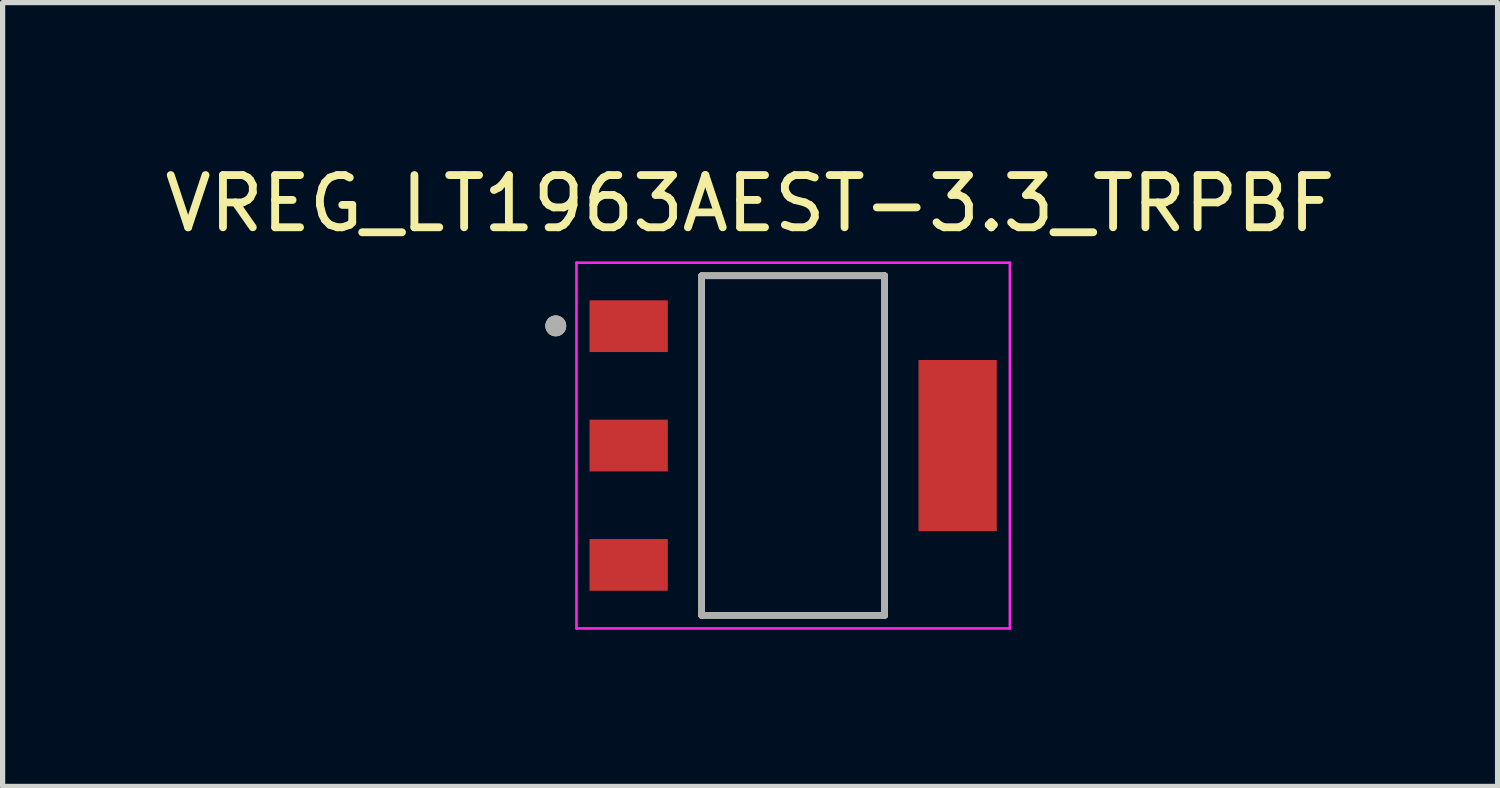
<source format=kicad_pcb>
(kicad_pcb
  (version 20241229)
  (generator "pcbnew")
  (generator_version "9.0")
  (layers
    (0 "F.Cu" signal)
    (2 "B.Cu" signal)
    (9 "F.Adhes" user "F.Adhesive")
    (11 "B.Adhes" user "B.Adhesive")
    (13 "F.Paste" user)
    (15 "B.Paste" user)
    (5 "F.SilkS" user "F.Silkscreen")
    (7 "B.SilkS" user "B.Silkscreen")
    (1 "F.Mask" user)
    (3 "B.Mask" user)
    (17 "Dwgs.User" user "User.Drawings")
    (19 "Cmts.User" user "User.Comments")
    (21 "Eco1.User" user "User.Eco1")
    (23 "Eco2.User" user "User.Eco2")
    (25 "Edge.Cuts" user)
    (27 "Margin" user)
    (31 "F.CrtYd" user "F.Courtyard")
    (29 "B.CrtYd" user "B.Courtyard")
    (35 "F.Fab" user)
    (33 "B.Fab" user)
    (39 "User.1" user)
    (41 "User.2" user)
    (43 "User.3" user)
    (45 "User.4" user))
  (footprint "VREG_LT1963AEST-3.3_TRPBF"
    (layer "F.Cu")
    (at 12.14 5.483)
    (property "Reference" "VREG_LT1963AEST-3.3_TRPBF" (at -0.825 -4.635 0) (layer "F.SilkS") (effects (font (size 1 1) (thickness 0.15))))
    (attr smd)
    (fp_line (start -1.752 -3.252) (end 1.752 -3.252) (stroke (width 0.127) (type solid)) (layer "F.SilkS"))
    (fp_line (start -1.752 3.252) (end -1.752 -3.252) (stroke (width 0.127) (type solid)) (layer "F.SilkS"))
    (fp_line (start 1.752 -3.252) (end 1.752 3.252) (stroke (width 0.127) (type solid)) (layer "F.SilkS"))
    (fp_line (start 1.752 3.252) (end -1.752 3.252) (stroke (width 0.127) (type solid)) (layer "F.SilkS"))
    (fp_circle (center -4.546 -2.292) (end -4.446 -2.292) (stroke (width 0.2) (type solid)) (fill no) (layer "F.SilkS"))
    (fp_line (start -4.15 -3.502) (end 4.15 -3.502) (stroke (width 0.05) (type solid)) (layer "F.CrtYd"))
    (fp_line (start -4.15 3.502) (end -4.15 -3.502) (stroke (width 0.05) (type solid)) (layer "F.CrtYd"))
    (fp_line (start 4.15 -3.502) (end 4.15 3.502) (stroke (width 0.05) (type solid)) (layer "F.CrtYd"))
    (fp_line (start 4.15 3.502) (end -4.15 3.502) (stroke (width 0.05) (type solid)) (layer "F.CrtYd"))
    (fp_line (start -1.752 -3.252) (end 1.752 -3.252) (stroke (width 0.127) (type solid)) (layer "F.Fab"))
    (fp_line (start -1.752 3.252) (end -1.752 -3.252) (stroke (width 0.127) (type solid)) (layer "F.Fab"))
    (fp_line (start 1.752 -3.252) (end 1.752 3.252) (stroke (width 0.127) (type solid)) (layer "F.Fab"))
    (fp_line (start 1.752 3.252) (end -1.752 3.252) (stroke (width 0.127) (type solid)) (layer "F.Fab"))
    (fp_circle (center -4.546 -2.292) (end -4.446 -2.292) (stroke (width 0.2) (type solid)) (fill no) (layer "F.Fab"))
    (pad "1" smd rect (at -3.15 -2.286) (size 1.499 0.991) (layers "F.Cu" "F.Mask" "F.Paste"))
    (pad "2" smd rect (at -3.15 0) (size 1.499 0.991) (layers "F.Cu" "F.Mask" "F.Paste"))
    (pad "3" smd rect (at -3.15 2.286) (size 1.499 0.991) (layers "F.Cu" "F.Mask" "F.Paste"))
    (pad "4" smd rect (at 3.15 0) (size 1.499 3.277) (layers "F.Cu" "F.Mask" "F.Paste")))
  (gr_rect
    (start -3 -3)
    (end 25.631 12.011)
    (stroke (width 0.1) (type default))
    (fill no)
    (layer "Edge.Cuts")))
</source>
